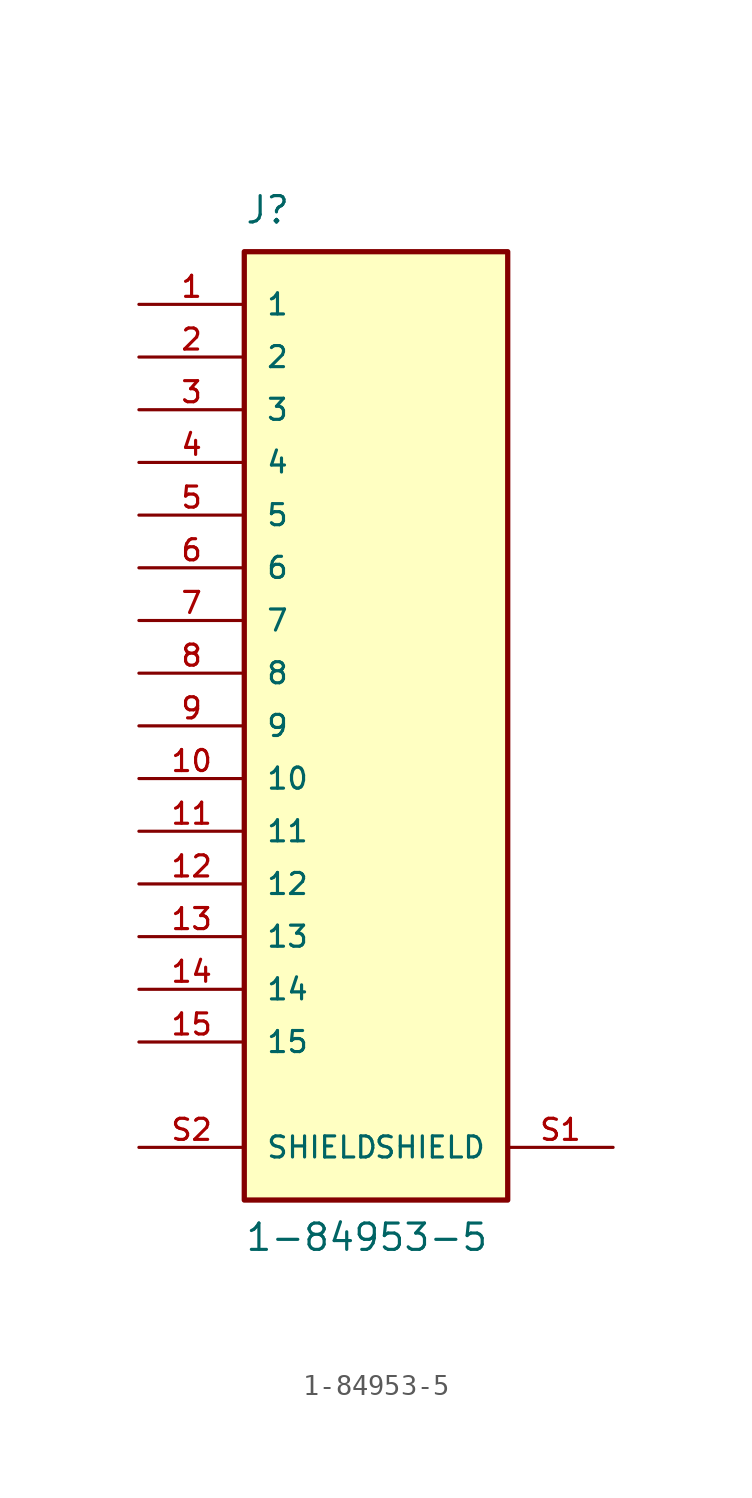
<source format=kicad_sym>
(kicad_symbol_lib
  (version 20220914)
  (generator kicad_symbol_editor)
  (generator_version "8.0")
  (symbol "1-84953-5"
    (pin_names
      (offset 1.016))
    (property "Reference" "J"
      (at -5.08 24.13 0)
      (effects (font (size 1.27 1.27)) (justify left bottom)))
    (property "Value" "1-84953-5"
      (at -5.08 -25.4 0)
      (effects (font (size 1.27 1.27)) (justify left bottom)))
    (symbol "1-84953-5_0_0"
      (rectangle (start -5.08 22.86) (end 7.62 -22.86) (stroke (width 0.254) (type default)) (fill (type background)))
      (pin passive line (at -10.16 20.32 0) (length 5.08) (name "1" (effects (font (size 1.016 1.016)))) (number "1" (effects (font (size 1.016 1.016)))))
      (pin passive line (at -10.16 -2.54 0) (length 5.08) (name "10" (effects (font (size 1.016 1.016)))) (number "10" (effects (font (size 1.016 1.016)))))
      (pin passive line (at -10.16 -5.08 0) (length 5.08) (name "11" (effects (font (size 1.016 1.016)))) (number "11" (effects (font (size 1.016 1.016)))))
      (pin passive line (at -10.16 -7.62 0) (length 5.08) (name "12" (effects (font (size 1.016 1.016)))) (number "12" (effects (font (size 1.016 1.016)))))
      (pin passive line (at -10.16 -10.16 0) (length 5.08) (name "13" (effects (font (size 1.016 1.016)))) (number "13" (effects (font (size 1.016 1.016)))))
      (pin passive line (at -10.16 -12.7 0) (length 5.08) (name "14" (effects (font (size 1.016 1.016)))) (number "14" (effects (font (size 1.016 1.016)))))
      (pin passive line (at -10.16 -15.24 0) (length 5.08) (name "15" (effects (font (size 1.016 1.016)))) (number "15" (effects (font (size 1.016 1.016)))))
      (pin passive line (at -10.16 17.78 0) (length 5.08) (name "2" (effects (font (size 1.016 1.016)))) (number "2" (effects (font (size 1.016 1.016)))))
      (pin passive line (at -10.16 15.24 0) (length 5.08) (name "3" (effects (font (size 1.016 1.016)))) (number "3" (effects (font (size 1.016 1.016)))))
      (pin passive line (at -10.16 12.7 0) (length 5.08) (name "4" (effects (font (size 1.016 1.016)))) (number "4" (effects (font (size 1.016 1.016)))))
      (pin passive line (at -10.16 10.16 0) (length 5.08) (name "5" (effects (font (size 1.016 1.016)))) (number "5" (effects (font (size 1.016 1.016)))))
      (pin passive line (at -10.16 7.62 0) (length 5.08) (name "6" (effects (font (size 1.016 1.016)))) (number "6" (effects (font (size 1.016 1.016)))))
      (pin passive line (at -10.16 5.08 0) (length 5.08) (name "7" (effects (font (size 1.016 1.016)))) (number "7" (effects (font (size 1.016 1.016)))))
      (pin passive line (at -10.16 2.54 0) (length 5.08) (name "8" (effects (font (size 1.016 1.016)))) (number "8" (effects (font (size 1.016 1.016)))))
      (pin passive line (at -10.16 0 0) (length 5.08) (name "9" (effects (font (size 1.016 1.016)))) (number "9" (effects (font (size 1.016 1.016)))))
      (pin passive line (at 12.7 -20.32 180) (length 5.08) (name "SHIELD" (effects (font (size 1.016 1.016)))) (number "S1" (effects (font (size 1.016 1.016)))))
      (pin passive line (at -10.16 -20.32 0) (length 5.08) (name "SHIELD" (effects (font (size 1.016 1.016)))) (number "S2" (effects (font (size 1.016 1.016))))))))
</source>
